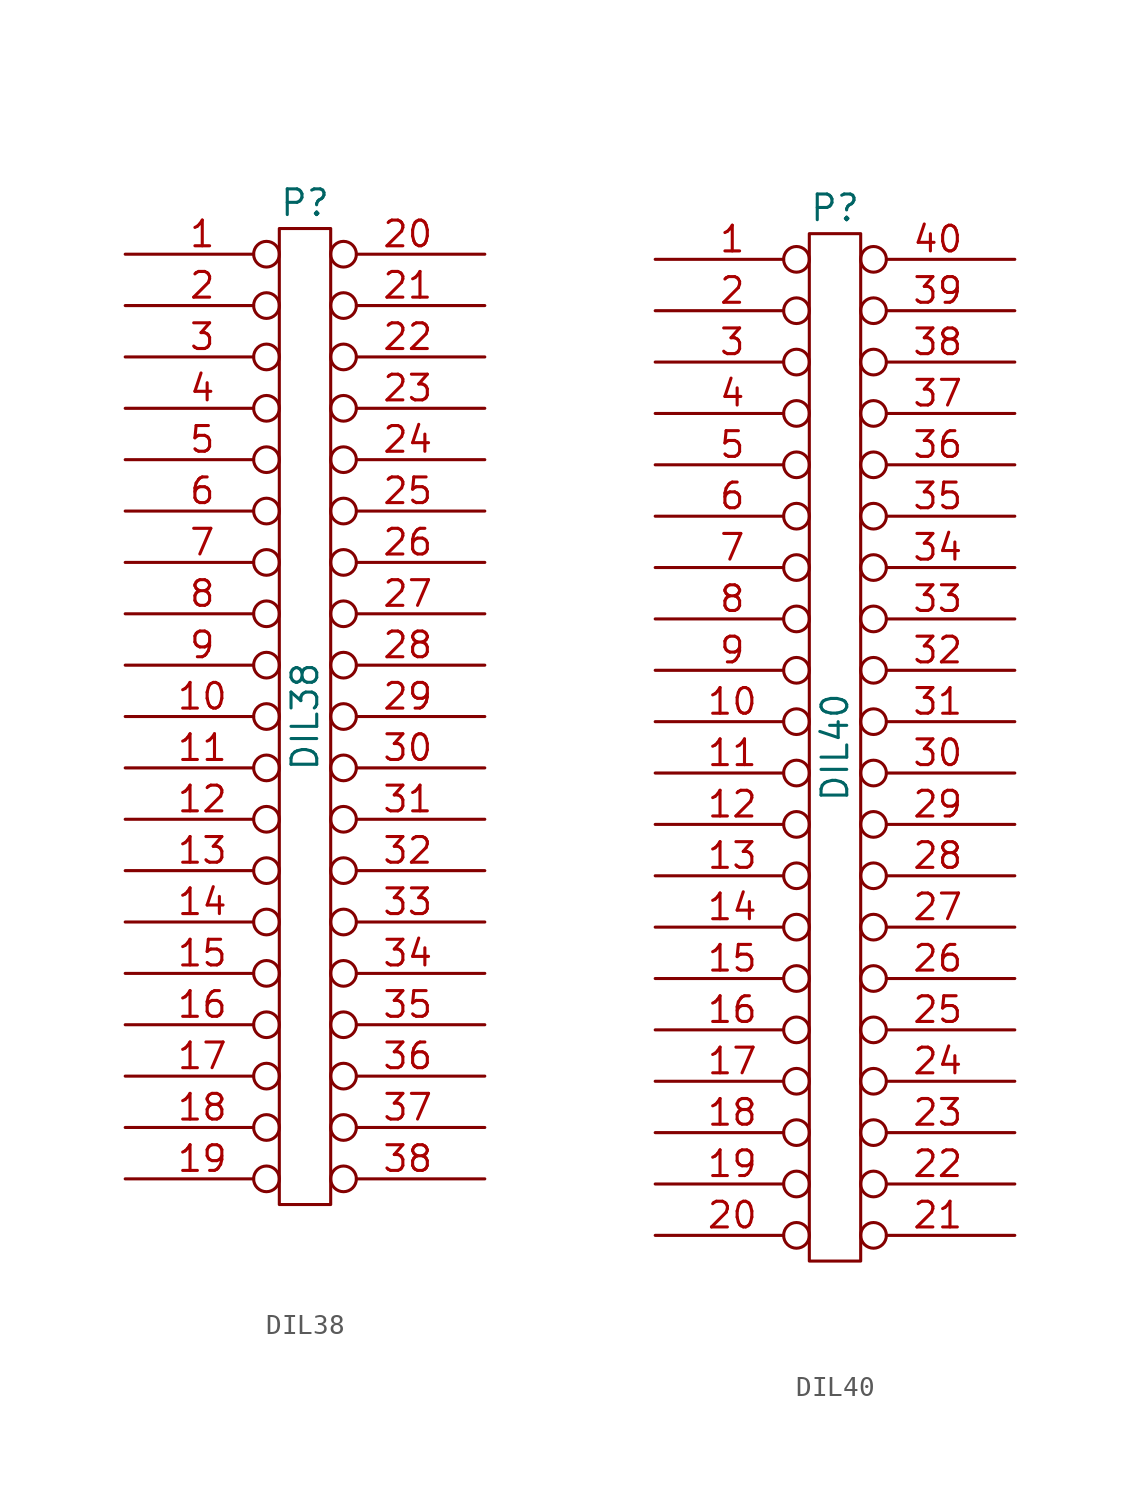
<source format=kicad_sym>
(kicad_symbol_lib
  (version 20231120)
  (generator "kicad_symbol_editor")
  (generator_version "8.0")
  (symbol "DIL38"
    (pin_names
      (offset 1.016) hide)
    (property "Reference" "P"
      (at 0 25.4 0)
      (effects (font (size 1.27 1.27))))
    (property "Value" "DIL38"
      (at 0 0 90)
      (effects (font (size 1.27 1.27))))
    (property "Footprint" ""
      (at 0 0 0)
      (effects (font (size 1.27 1.27))))
    (property "Datasheet" ""
      (at 0 0 0)
      (effects (font (size 1.27 1.27))))
    (symbol "DIL38_0_1"
      (rectangle (start -1.27 24.13) (end 1.27 -24.13) (stroke (width 0) (type solid)) (fill (type none))))
    (symbol "DIL38_1_1"
      (pin passive inverted (at -8.89 22.86 0) (length 7.62) (name "P1" (effects (font (size 1.27 1.27)))) (number "1" (effects (font (size 1.27 1.27)))))
      (pin passive inverted (at -8.89 0 0) (length 7.62) (name "P10" (effects (font (size 1.27 1.27)))) (number "10" (effects (font (size 1.27 1.27)))))
      (pin passive inverted (at -8.89 -2.54 0) (length 7.62) (name "P11" (effects (font (size 1.27 1.27)))) (number "11" (effects (font (size 1.27 1.27)))))
      (pin passive inverted (at -8.89 -5.08 0) (length 7.62) (name "P12" (effects (font (size 1.27 1.27)))) (number "12" (effects (font (size 1.27 1.27)))))
      (pin passive inverted (at -8.89 -7.62 0) (length 7.62) (name "P13" (effects (font (size 1.27 1.27)))) (number "13" (effects (font (size 1.27 1.27)))))
      (pin passive inverted (at -8.89 -10.16 0) (length 7.62) (name "P14" (effects (font (size 1.27 1.27)))) (number "14" (effects (font (size 1.27 1.27)))))
      (pin passive inverted (at -8.89 -12.7 0) (length 7.62) (name "P15" (effects (font (size 1.27 1.27)))) (number "15" (effects (font (size 1.27 1.27)))))
      (pin passive inverted (at -8.89 -15.24 0) (length 7.62) (name "P16" (effects (font (size 1.27 1.27)))) (number "16" (effects (font (size 1.27 1.27)))))
      (pin passive inverted (at -8.89 -17.78 0) (length 7.62) (name "P17" (effects (font (size 1.27 1.27)))) (number "17" (effects (font (size 1.27 1.27)))))
      (pin passive inverted (at -8.89 -20.32 0) (length 7.62) (name "P18" (effects (font (size 1.27 1.27)))) (number "18" (effects (font (size 1.27 1.27)))))
      (pin passive inverted (at -8.89 -22.86 0) (length 7.62) (name "P19" (effects (font (size 1.27 1.27)))) (number "19" (effects (font (size 1.27 1.27)))))
      (pin passive inverted (at -8.89 20.32 0) (length 7.62) (name "P2" (effects (font (size 1.27 1.27)))) (number "2" (effects (font (size 1.27 1.27)))))
      (pin passive inverted (at 8.89 22.86 180) (length 7.62) (name "P20" (effects (font (size 1.27 1.27)))) (number "20" (effects (font (size 1.27 1.27)))))
      (pin passive inverted (at 8.89 20.32 180) (length 7.62) (name "P21" (effects (font (size 1.27 1.27)))) (number "21" (effects (font (size 1.27 1.27)))))
      (pin passive inverted (at 8.89 17.78 180) (length 7.62) (name "P22" (effects (font (size 1.27 1.27)))) (number "22" (effects (font (size 1.27 1.27)))))
      (pin passive inverted (at 8.89 15.24 180) (length 7.62) (name "P23" (effects (font (size 1.27 1.27)))) (number "23" (effects (font (size 1.27 1.27)))))
      (pin passive inverted (at 8.89 12.7 180) (length 7.62) (name "P24" (effects (font (size 1.27 1.27)))) (number "24" (effects (font (size 1.27 1.27)))))
      (pin passive inverted (at 8.89 10.16 180) (length 7.62) (name "P25" (effects (font (size 1.27 1.27)))) (number "25" (effects (font (size 1.27 1.27)))))
      (pin passive inverted (at 8.89 7.62 180) (length 7.62) (name "P26" (effects (font (size 1.27 1.27)))) (number "26" (effects (font (size 1.27 1.27)))))
      (pin passive inverted (at 8.89 5.08 180) (length 7.62) (name "P27" (effects (font (size 1.27 1.27)))) (number "27" (effects (font (size 1.27 1.27)))))
      (pin passive inverted (at 8.89 2.54 180) (length 7.62) (name "P28" (effects (font (size 1.27 1.27)))) (number "28" (effects (font (size 1.27 1.27)))))
      (pin passive inverted (at 8.89 0 180) (length 7.62) (name "P29" (effects (font (size 1.27 1.27)))) (number "29" (effects (font (size 1.27 1.27)))))
      (pin passive inverted (at -8.89 17.78 0) (length 7.62) (name "P3" (effects (font (size 1.27 1.27)))) (number "3" (effects (font (size 1.27 1.27)))))
      (pin passive inverted (at 8.89 -2.54 180) (length 7.62) (name "P30" (effects (font (size 1.27 1.27)))) (number "30" (effects (font (size 1.27 1.27)))))
      (pin passive inverted (at 8.89 -5.08 180) (length 7.62) (name "P31" (effects (font (size 1.27 1.27)))) (number "31" (effects (font (size 1.27 1.27)))))
      (pin passive inverted (at 8.89 -7.62 180) (length 7.62) (name "P32" (effects (font (size 1.27 1.27)))) (number "32" (effects (font (size 1.27 1.27)))))
      (pin passive inverted (at 8.89 -10.16 180) (length 7.62) (name "P33" (effects (font (size 1.27 1.27)))) (number "33" (effects (font (size 1.27 1.27)))))
      (pin passive inverted (at 8.89 -12.7 180) (length 7.62) (name "P34" (effects (font (size 1.27 1.27)))) (number "34" (effects (font (size 1.27 1.27)))))
      (pin passive inverted (at 8.89 -15.24 180) (length 7.62) (name "P35" (effects (font (size 1.27 1.27)))) (number "35" (effects (font (size 1.27 1.27)))))
      (pin passive inverted (at 8.89 -17.78 180) (length 7.62) (name "P36" (effects (font (size 1.27 1.27)))) (number "36" (effects (font (size 1.27 1.27)))))
      (pin passive inverted (at 8.89 -20.32 180) (length 7.62) (name "P37" (effects (font (size 1.27 1.27)))) (number "37" (effects (font (size 1.27 1.27)))))
      (pin passive inverted (at 8.89 -22.86 180) (length 7.62) (name "P38" (effects (font (size 1.27 1.27)))) (number "38" (effects (font (size 1.27 1.27)))))
      (pin passive inverted (at -8.89 15.24 0) (length 7.62) (name "P4" (effects (font (size 1.27 1.27)))) (number "4" (effects (font (size 1.27 1.27)))))
      (pin passive inverted (at -8.89 12.7 0) (length 7.62) (name "P5" (effects (font (size 1.27 1.27)))) (number "5" (effects (font (size 1.27 1.27)))))
      (pin passive inverted (at -8.89 10.16 0) (length 7.62) (name "P6" (effects (font (size 1.27 1.27)))) (number "6" (effects (font (size 1.27 1.27)))))
      (pin passive inverted (at -8.89 7.62 0) (length 7.62) (name "P7" (effects (font (size 1.27 1.27)))) (number "7" (effects (font (size 1.27 1.27)))))
      (pin passive inverted (at -8.89 5.08 0) (length 7.62) (name "P8" (effects (font (size 1.27 1.27)))) (number "8" (effects (font (size 1.27 1.27)))))
      (pin passive inverted (at -8.89 2.54 0) (length 7.62) (name "P9" (effects (font (size 1.27 1.27)))) (number "9" (effects (font (size 1.27 1.27)))))))
  (symbol "DIL40"
    (pin_names
      (offset 1.016) hide)
    (property "Reference" "P"
      (at 0 26.67 0)
      (effects (font (size 1.27 1.27))))
    (property "Value" "DIL40"
      (at 0 0 90)
      (effects (font (size 1.27 1.27))))
    (property "Footprint" ""
      (at 0 0 0)
      (effects (font (size 1.27 1.27))))
    (property "Datasheet" ""
      (at 0 0 0)
      (effects (font (size 1.27 1.27))))
    (symbol "DIL40_0_1"
      (rectangle (start -1.27 25.4) (end 1.27 -25.4) (stroke (width 0) (type solid)) (fill (type none))))
    (symbol "DIL40_1_1"
      (pin passive inverted (at -8.89 24.13 0) (length 7.62) (name "1" (effects (font (size 1.27 1.27)))) (number "1" (effects (font (size 1.27 1.27)))))
      (pin passive inverted (at -8.89 1.27 0) (length 7.62) (name "10" (effects (font (size 1.27 1.27)))) (number "10" (effects (font (size 1.27 1.27)))))
      (pin passive inverted (at -8.89 -1.27 0) (length 7.62) (name "11" (effects (font (size 1.27 1.27)))) (number "11" (effects (font (size 1.27 1.27)))))
      (pin passive inverted (at -8.89 -3.81 0) (length 7.62) (name "12" (effects (font (size 1.27 1.27)))) (number "12" (effects (font (size 1.27 1.27)))))
      (pin passive inverted (at -8.89 -6.35 0) (length 7.62) (name "13" (effects (font (size 1.27 1.27)))) (number "13" (effects (font (size 1.27 1.27)))))
      (pin passive inverted (at -8.89 -8.89 0) (length 7.62) (name "14" (effects (font (size 1.27 1.27)))) (number "14" (effects (font (size 1.27 1.27)))))
      (pin passive inverted (at -8.89 -11.43 0) (length 7.62) (name "15" (effects (font (size 1.27 1.27)))) (number "15" (effects (font (size 1.27 1.27)))))
      (pin passive inverted (at -8.89 -13.97 0) (length 7.62) (name "16" (effects (font (size 1.27 1.27)))) (number "16" (effects (font (size 1.27 1.27)))))
      (pin passive inverted (at -8.89 -16.51 0) (length 7.62) (name "17" (effects (font (size 1.27 1.27)))) (number "17" (effects (font (size 1.27 1.27)))))
      (pin passive inverted (at -8.89 -19.05 0) (length 7.62) (name "18" (effects (font (size 1.27 1.27)))) (number "18" (effects (font (size 1.27 1.27)))))
      (pin passive inverted (at -8.89 -21.59 0) (length 7.62) (name "19" (effects (font (size 1.27 1.27)))) (number "19" (effects (font (size 1.27 1.27)))))
      (pin passive inverted (at -8.89 21.59 0) (length 7.62) (name "2" (effects (font (size 1.27 1.27)))) (number "2" (effects (font (size 1.27 1.27)))))
      (pin passive inverted (at -8.89 -24.13 0) (length 7.62) (name "20" (effects (font (size 1.27 1.27)))) (number "20" (effects (font (size 1.27 1.27)))))
      (pin passive inverted (at 8.89 -24.13 180) (length 7.62) (name "21" (effects (font (size 1.27 1.27)))) (number "21" (effects (font (size 1.27 1.27)))))
      (pin passive inverted (at 8.89 -21.59 180) (length 7.62) (name "22" (effects (font (size 1.27 1.27)))) (number "22" (effects (font (size 1.27 1.27)))))
      (pin passive inverted (at 8.89 -19.05 180) (length 7.62) (name "23" (effects (font (size 1.27 1.27)))) (number "23" (effects (font (size 1.27 1.27)))))
      (pin passive inverted (at 8.89 -16.51 180) (length 7.62) (name "24" (effects (font (size 1.27 1.27)))) (number "24" (effects (font (size 1.27 1.27)))))
      (pin passive inverted (at 8.89 -13.97 180) (length 7.62) (name "25" (effects (font (size 1.27 1.27)))) (number "25" (effects (font (size 1.27 1.27)))))
      (pin passive inverted (at 8.89 -11.43 180) (length 7.62) (name "26" (effects (font (size 1.27 1.27)))) (number "26" (effects (font (size 1.27 1.27)))))
      (pin passive inverted (at 8.89 -8.89 180) (length 7.62) (name "27" (effects (font (size 1.27 1.27)))) (number "27" (effects (font (size 1.27 1.27)))))
      (pin passive inverted (at 8.89 -6.35 180) (length 7.62) (name "28" (effects (font (size 1.27 1.27)))) (number "28" (effects (font (size 1.27 1.27)))))
      (pin passive inverted (at 8.89 -3.81 180) (length 7.62) (name "29" (effects (font (size 1.27 1.27)))) (number "29" (effects (font (size 1.27 1.27)))))
      (pin passive inverted (at -8.89 19.05 0) (length 7.62) (name "3" (effects (font (size 1.27 1.27)))) (number "3" (effects (font (size 1.27 1.27)))))
      (pin passive inverted (at 8.89 -1.27 180) (length 7.62) (name "30" (effects (font (size 1.27 1.27)))) (number "30" (effects (font (size 1.27 1.27)))))
      (pin passive inverted (at 8.89 1.27 180) (length 7.62) (name "31" (effects (font (size 1.27 1.27)))) (number "31" (effects (font (size 1.27 1.27)))))
      (pin passive inverted (at 8.89 3.81 180) (length 7.62) (name "32" (effects (font (size 1.27 1.27)))) (number "32" (effects (font (size 1.27 1.27)))))
      (pin passive inverted (at 8.89 6.35 180) (length 7.62) (name "33" (effects (font (size 1.27 1.27)))) (number "33" (effects (font (size 1.27 1.27)))))
      (pin passive inverted (at 8.89 8.89 180) (length 7.62) (name "34" (effects (font (size 1.27 1.27)))) (number "34" (effects (font (size 1.27 1.27)))))
      (pin passive inverted (at 8.89 11.43 180) (length 7.62) (name "35" (effects (font (size 1.27 1.27)))) (number "35" (effects (font (size 1.27 1.27)))))
      (pin passive inverted (at 8.89 13.97 180) (length 7.62) (name "36" (effects (font (size 1.27 1.27)))) (number "36" (effects (font (size 1.27 1.27)))))
      (pin passive inverted (at 8.89 16.51 180) (length 7.62) (name "37" (effects (font (size 1.27 1.27)))) (number "37" (effects (font (size 1.27 1.27)))))
      (pin passive inverted (at 8.89 19.05 180) (length 7.62) (name "38" (effects (font (size 1.27 1.27)))) (number "38" (effects (font (size 1.27 1.27)))))
      (pin passive inverted (at 8.89 21.59 180) (length 7.62) (name "39" (effects (font (size 1.27 1.27)))) (number "39" (effects (font (size 1.27 1.27)))))
      (pin passive inverted (at -8.89 16.51 0) (length 7.62) (name "4" (effects (font (size 1.27 1.27)))) (number "4" (effects (font (size 1.27 1.27)))))
      (pin passive inverted (at 8.89 24.13 180) (length 7.62) (name "40" (effects (font (size 1.27 1.27)))) (number "40" (effects (font (size 1.27 1.27)))))
      (pin passive inverted (at -8.89 13.97 0) (length 7.62) (name "5" (effects (font (size 1.27 1.27)))) (number "5" (effects (font (size 1.27 1.27)))))
      (pin passive inverted (at -8.89 11.43 0) (length 7.62) (name "6" (effects (font (size 1.27 1.27)))) (number "6" (effects (font (size 1.27 1.27)))))
      (pin passive inverted (at -8.89 8.89 0) (length 7.62) (name "7" (effects (font (size 1.27 1.27)))) (number "7" (effects (font (size 1.27 1.27)))))
      (pin passive inverted (at -8.89 6.35 0) (length 7.62) (name "8" (effects (font (size 1.27 1.27)))) (number "8" (effects (font (size 1.27 1.27)))))
      (pin passive inverted (at -8.89 3.81 0) (length 7.62) (name "9" (effects (font (size 1.27 1.27)))) (number "9" (effects (font (size 1.27 1.27))))))))
</source>
